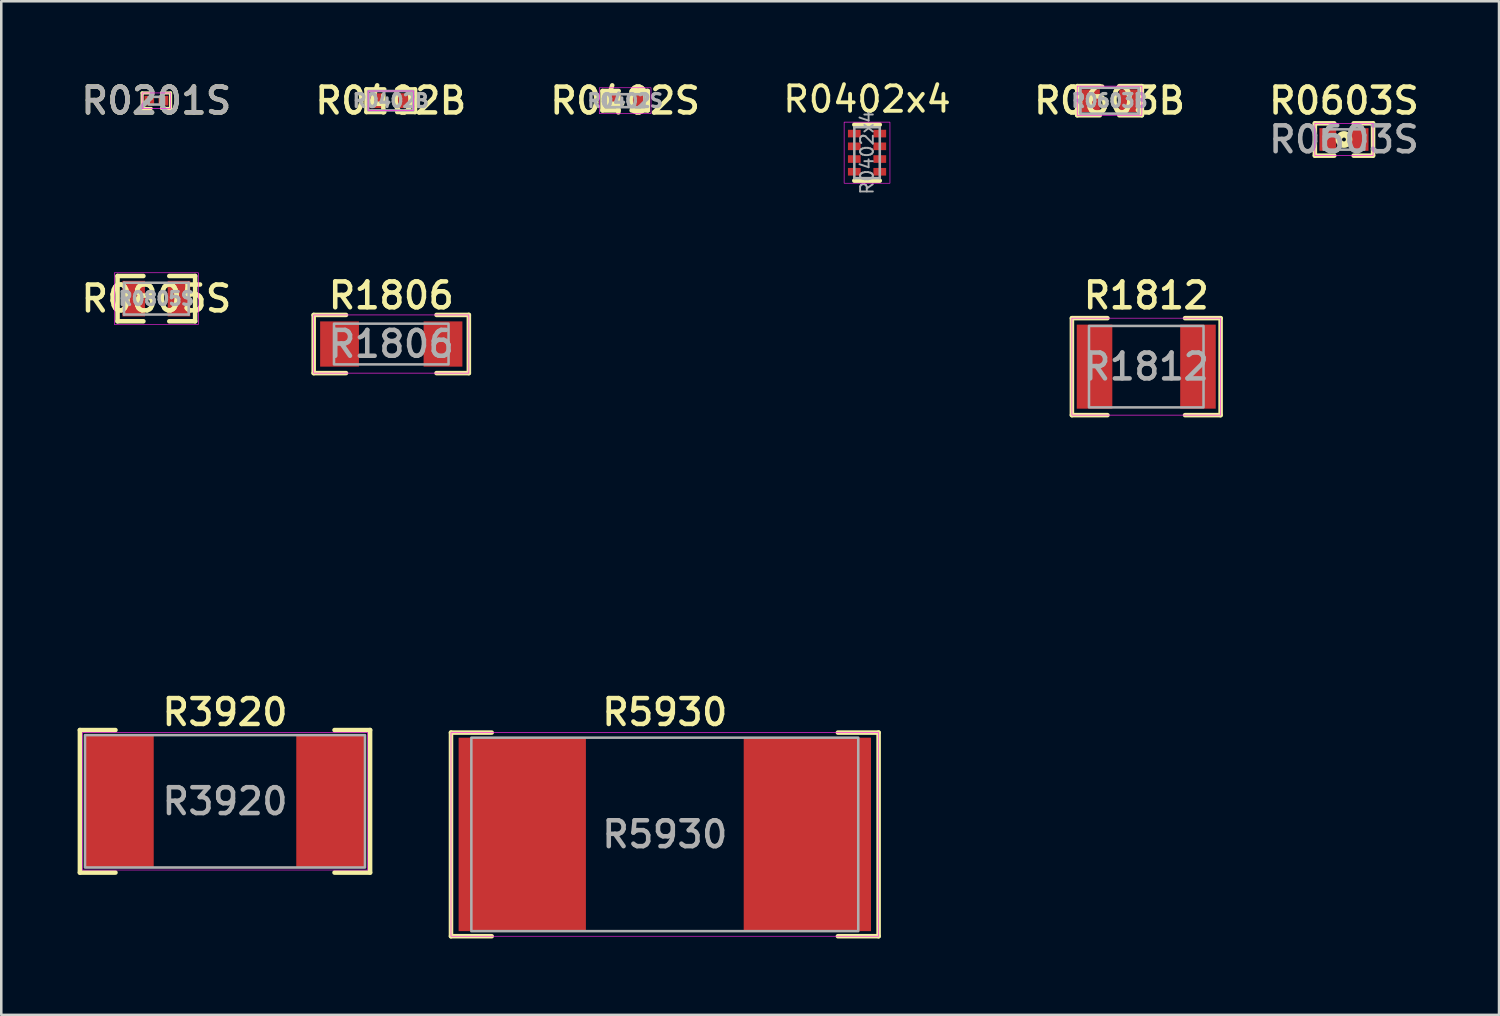
<source format=kicad_pcb>
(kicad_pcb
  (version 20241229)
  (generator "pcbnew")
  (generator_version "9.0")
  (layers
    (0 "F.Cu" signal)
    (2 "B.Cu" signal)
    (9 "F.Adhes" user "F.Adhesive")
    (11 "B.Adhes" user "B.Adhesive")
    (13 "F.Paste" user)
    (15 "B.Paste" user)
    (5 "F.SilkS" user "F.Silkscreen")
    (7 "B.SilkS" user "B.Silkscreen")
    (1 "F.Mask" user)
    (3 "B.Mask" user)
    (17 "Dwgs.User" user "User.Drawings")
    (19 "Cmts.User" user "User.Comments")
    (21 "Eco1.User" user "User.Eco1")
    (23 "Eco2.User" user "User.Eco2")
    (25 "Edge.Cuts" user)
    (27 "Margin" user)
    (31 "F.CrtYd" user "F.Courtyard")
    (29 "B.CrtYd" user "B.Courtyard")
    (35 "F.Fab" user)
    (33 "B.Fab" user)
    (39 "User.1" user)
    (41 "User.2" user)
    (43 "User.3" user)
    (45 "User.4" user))
  (footprint "R3920"
    (layer "F.Cu")
    (at 5.789 28.43)
    (property "Reference" "R3920" (at 0 -3.5 0) (unlocked yes) (layer "F.SilkS") (effects (font (size 1.016 1.016) (thickness 0.178))))
    (attr smd)
    (fp_line (start -5.7 -2.8) (end -4.303 -2.8) (stroke (width 0.178) (type solid)) (layer "F.SilkS"))
    (fp_line (start -5.7 2.8) (end -5.7 -2.8) (stroke (width 0.178) (type solid)) (layer "F.SilkS"))
    (fp_line (start -5.7 2.8) (end -4.303 2.8) (stroke (width 0.178) (type solid)) (layer "F.SilkS"))
    (fp_line (start 4.303 2.8) (end 5.7 2.8) (stroke (width 0.178) (type solid)) (layer "F.SilkS"))
    (fp_line (start 4.303 -2.8) (end 5.7 -2.8) (stroke (width 0.178) (type solid)) (layer "F.SilkS"))
    (fp_line (start 5.7 2.8) (end 5.7 -2.8) (stroke (width 0.178) (type solid)) (layer "F.SilkS"))
    (fp_rect (start -5.6 -2.7) (end 5.6 2.7) (stroke (width 0.025) (type solid)) (fill no) (layer "F.CrtYd"))
    (fp_rect (start -5.5 -2.6) (end 5.5 2.6) (stroke (width 0.1) (type solid)) (fill no) (layer "F.Fab"))
    (fp_text user "${REFERENCE}" (at 0 0 0) (unlocked yes) (layer "F.Fab") (effects (font (size 1.016 1.016) (thickness 0.178))))
    (pad "1" smd rect (at -4.15 0) (size 2.7 5.2) (layers "F.Cu" "F.Mask" "F.Paste"))
    (pad "2" smd rect (at 4.15 0) (size 2.7 5.2) (layers "F.Cu" "F.Mask" "F.Paste")))
  (footprint "R5930"
    (layer "F.Cu")
    (at 23.067 29.73)
    (property "Reference" "R5930" (at 0 -4.8 0) (unlocked yes) (layer "F.SilkS") (effects (font (size 1.016 1.016) (thickness 0.178))))
    (attr smd)
    (fp_line (start -8.4 -4) (end -6.8 -4) (stroke (width 0.178) (type solid)) (layer "F.SilkS"))
    (fp_line (start -8.4 4) (end -8.4 -4) (stroke (width 0.178) (type solid)) (layer "F.SilkS"))
    (fp_line (start -8.4 4) (end -6.8 4) (stroke (width 0.178) (type solid)) (layer "F.SilkS"))
    (fp_line (start 6.8 -4) (end 8.4 -4) (stroke (width 0.178) (type solid)) (layer "F.SilkS"))
    (fp_line (start 6.8 4) (end 8.4 4) (stroke (width 0.178) (type solid)) (layer "F.SilkS"))
    (fp_line (start 8.4 4) (end 8.4 -4) (stroke (width 0.178) (type solid)) (layer "F.SilkS"))
    (fp_rect (start -8.4 -4) (end 8.4 4) (stroke (width 0.025) (type solid)) (fill no) (layer "F.CrtYd"))
    (fp_rect (start -7.6 3.8) (end 7.6 -3.8) (stroke (width 0.1) (type default)) (fill no) (layer "F.Fab"))
    (fp_text user "${REFERENCE}" (at 0 0 0) (unlocked yes) (layer "F.Fab") (effects (font (size 1.016 1.016) (thickness 0.178))))
    (pad "1" smd rect (at -5.6 0) (size 5 7.6) (layers "F.Cu" "F.Mask" "F.Paste"))
    (pad "2" smd rect (at 5.6 0) (size 5 7.6) (layers "F.Cu" "F.Mask" "F.Paste")))
  (footprint "R0402x4"
    (layer "F.Cu")
    (at 31.012 2.948)
    (property "Reference" "R0402x4" (at 0 -2.1 0) (layer "F.SilkS") (effects (font (size 1 1) (thickness 0.15))))
    (attr smd)
    (fp_line (start 0.5 -1.1) (end -0.5 -1.1) (stroke (width 0.178) (type solid)) (layer "F.SilkS"))
    (fp_line (start 0.5 1.1) (end -0.5 1.1) (stroke (width 0.178) (type solid)) (layer "F.SilkS"))
    (fp_rect (start -0.9 -1.2) (end 0.9 1.2) (stroke (width 0.025) (type default)) (fill no) (layer "F.CrtYd"))
    (fp_line (start -0.5 -1) (end 0.5 -1) (stroke (width 0.1) (type solid)) (layer "F.Fab"))
    (fp_line (start -0.5 1) (end -0.5 -1) (stroke (width 0.1) (type solid)) (layer "F.Fab"))
    (fp_line (start 0.5 -1) (end 0.5 1) (stroke (width 0.1) (type solid)) (layer "F.Fab"))
    (fp_line (start 0.5 1) (end -0.5 1) (stroke (width 0.1) (type solid)) (layer "F.Fab"))
    (fp_text user "${REFERENCE}" (at 0 0 90) (layer "F.Fab") (effects (font (size 0.5 0.5) (thickness 0.075))))
    (pad "1" smd rect (at -0.5 -0.75) (size 0.5 0.3) (layers "F.Cu" "F.Mask" "F.Paste"))
    (pad "2" smd rect (at -0.5 -0.25) (size 0.5 0.3) (layers "F.Cu" "F.Mask" "F.Paste"))
    (pad "3" smd rect (at -0.5 0.25) (size 0.5 0.3) (layers "F.Cu" "F.Mask" "F.Paste"))
    (pad "4" smd rect (at -0.5 0.75) (size 0.5 0.3) (layers "F.Cu" "F.Mask" "F.Paste"))
    (pad "5" smd rect (at 0.5 0.75) (size 0.5 0.3) (layers "F.Cu" "F.Mask" "F.Paste"))
    (pad "6" smd rect (at 0.5 0.25) (size 0.5 0.3) (layers "F.Cu" "F.Mask" "F.Paste"))
    (pad "7" smd rect (at 0.5 -0.25) (size 0.5 0.3) (layers "F.Cu" "F.Mask" "F.Paste"))
    (pad "8" smd rect (at 0.5 -0.75) (size 0.5 0.3) (layers "F.Cu" "F.Mask" "F.Paste")))
  (footprint "R0402S"
    (layer "F.Cu")
    (at 21.509 0.906)
    (property "Reference" "R0402S" (at 0 0 0) (layer "F.SilkS") (effects (font (size 1.016 1.016) (thickness 0.178))))
    (attr smd)
    (fp_line (start -0.889 0.381) (end -0.889 -0.381) (stroke (width 0.178) (type solid)) (layer "F.SilkS"))
    (fp_line (start -0.889 0.381) (end -0.254 0.381) (stroke (width 0.178) (type solid)) (layer "F.SilkS"))
    (fp_line (start -0.254 -0.381) (end -0.889 -0.381) (stroke (width 0.178) (type solid)) (layer "F.SilkS"))
    (fp_line (start 0.254 -0.381) (end 0.889 -0.381) (stroke (width 0.178) (type solid)) (layer "F.SilkS"))
    (fp_line (start 0.254 0.381) (end 0.889 0.381) (stroke (width 0.178) (type solid)) (layer "F.SilkS"))
    (fp_line (start 0.889 -0.381) (end 0.889 0.381) (stroke (width 0.178) (type solid)) (layer "F.SilkS"))
    (fp_rect (start -1.016 -0.508) (end 1.016 0.508) (stroke (width 0.025) (type solid)) (fill no) (layer "F.CrtYd"))
    (fp_rect (start -0.762 -0.254) (end 0.762 0.254) (stroke (width 0.1) (type solid)) (fill no) (layer "F.Fab"))
    (fp_text user "${REFERENCE}" (at 0 0 0) (layer "F.Fab") (effects (font (size 0.508 0.508) (thickness 0.127))))
    (pad "1" smd rect (at -0.457 0) (size 0.559 0.508) (layers "F.Cu" "F.Mask" "F.Paste"))
    (pad "2" smd rect (at 0.457 0) (size 0.559 0.508) (layers "F.Cu" "F.Mask" "F.Paste")))
  (footprint "R0603B"
    (layer "F.Cu")
    (at 40.539 0.906)
    (property "Reference" "R0603B" (at 0 0 0) (layer "F.SilkS") (effects (font (size 1.016 1.016) (thickness 0.178))))
    (attr smd)
    (fp_line (start -1.27 -0.572) (end -1.27 0.572) (stroke (width 0.178) (type solid)) (layer "F.SilkS"))
    (fp_line (start -1.27 0.572) (end -0.381 0.572) (stroke (width 0.178) (type solid)) (layer "F.SilkS"))
    (fp_line (start -0.381 -0.572) (end -1.27 -0.572) (stroke (width 0.178) (type solid)) (layer "F.SilkS"))
    (fp_line (start 0.381 0.572) (end 1.27 0.572) (stroke (width 0.178) (type solid)) (layer "F.SilkS"))
    (fp_line (start 1.27 -0.572) (end 0.381 -0.572) (stroke (width 0.178) (type solid)) (layer "F.SilkS"))
    (fp_line (start 1.27 0.572) (end 1.27 -0.572) (stroke (width 0.178) (type solid)) (layer "F.SilkS"))
    (fp_rect (start -1.27 -0.572) (end 1.27 0.572) (stroke (width 0.025) (type solid)) (fill no) (layer "F.CrtYd"))
    (fp_line (start -1.143 -0.508) (end 1.143 -0.508) (stroke (width 0.102) (type solid)) (layer "F.Fab"))
    (fp_line (start -1.143 0.508) (end -1.143 -0.508) (stroke (width 0.102) (type solid)) (layer "F.Fab"))
    (fp_line (start 1.143 0.508) (end -1.143 0.508) (stroke (width 0.102) (type solid)) (layer "F.Fab"))
    (fp_line (start 1.143 0.508) (end 1.143 -0.508) (stroke (width 0.102) (type solid)) (layer "F.Fab"))
    (fp_text user "${REFERENCE}" (at 0 0 0) (layer "F.Fab") (effects (font (size 0.508 0.508) (thickness 0.127))))
    (pad "1" smd rect (at -0.762 0) (size 0.762 0.889) (layers "F.Cu" "F.Mask" "F.Paste"))
    (pad "2" smd rect (at 0.762 0) (size 0.762 0.889) (layers "F.Cu" "F.Mask" "F.Paste")))
  (footprint "R1806"
    (layer "F.Cu")
    (at 12.321 10.465)
    (property "Reference" "R1806" (at 0 -1.905 0) (unlocked yes) (layer "F.SilkS") (effects (font (size 1.016 1.016) (thickness 0.178))))
    (attr smd)
    (fp_line (start -3.048 -1.143) (end -1.778 -1.143) (stroke (width 0.178) (type solid)) (layer "F.SilkS"))
    (fp_line (start -3.048 1.143) (end -3.048 -1.143) (stroke (width 0.178) (type solid)) (layer "F.SilkS"))
    (fp_line (start -3.048 1.143) (end -1.778 1.143) (stroke (width 0.178) (type solid)) (layer "F.SilkS"))
    (fp_line (start 1.778 -1.143) (end 3.048 -1.143) (stroke (width 0.178) (type solid)) (layer "F.SilkS"))
    (fp_line (start 1.778 1.143) (end 3.048 1.143) (stroke (width 0.178) (type solid)) (layer "F.SilkS"))
    (fp_line (start 3.048 1.143) (end 3.048 -1.143) (stroke (width 0.178) (type solid)) (layer "F.SilkS"))
    (fp_rect (start -3.048 -1.143) (end 3.048 1.143) (stroke (width 0.025) (type solid)) (fill no) (layer "F.CrtYd"))
    (fp_rect (start -2.25 -0.8) (end 2.25 0.8) (stroke (width 0.1) (type solid)) (fill no) (layer "F.Fab"))
    (fp_text user "${REFERENCE}" (at 0 0 0) (unlocked yes) (layer "F.Fab") (effects (font (size 1.016 1.016) (thickness 0.178))))
    (fp_text user "Auth: Thanh Duong" (at 0 9.652 0) (unlocked yes) (layer "User.1") (effects (font (size 1.016 1.016) (thickness 0.178) (italic yes)) (justify left)))
    (fp_text user "Footprint: 1806 (4516 Metric)" (at 0 5.588 0) (unlocked yes) (layer "User.1") (effects (font (size 1.016 1.016) (thickness 0.178) (italic yes)) (justify left)))
    (fp_text user "Dimension: 4.5x1.6mm" (at 0 7.62 0) (unlocked yes) (layer "User.1") (effects (font (size 1.016 1.016) (thickness 0.178) (italic yes)) (justify left)))
    (pad "1" smd rect (at -2.032 0) (size 1.524 1.778) (layers "F.Cu" "F.Mask" "F.Paste"))
    (pad "2" smd rect (at 2.032 0) (size 1.524 1.778) (layers "F.Cu" "F.Mask" "F.Paste")))
  (footprint "R0603S"
    (layer "F.Cu")
    (at 49.748 2.43)
    (property "Reference" "R0603S" (at 0 -1.524 0) (layer "F.SilkS") (effects (font (size 1.016 1.016) (thickness 0.178))))
    (attr smd)
    (fp_line (start -1.143 -0.635) (end -1.143 0.635) (stroke (width 0.178) (type solid)) (layer "F.SilkS"))
    (fp_line (start -1.143 0.635) (end -0.381 0.635) (stroke (width 0.178) (type solid)) (layer "F.SilkS"))
    (fp_line (start -0.381 -0.635) (end -1.143 -0.635) (stroke (width 0.178) (type solid)) (layer "F.SilkS"))
    (fp_line (start 0.381 0.635) (end 1.143 0.635) (stroke (width 0.178) (type solid)) (layer "F.SilkS"))
    (fp_line (start 1.143 -0.635) (end 0.381 -0.635) (stroke (width 0.178) (type solid)) (layer "F.SilkS"))
    (fp_line (start 1.143 0.635) (end 1.143 -0.635) (stroke (width 0.178) (type solid)) (layer "F.SilkS"))
    (fp_circle (center 0 0) (end 0.076 0) (stroke (width 0.254) (type solid)) (fill no) (layer "F.SilkS"))
    (fp_rect (start -1.143 -0.635) (end 1.143 0.635) (stroke (width 0.025) (type solid)) (fill no) (layer "F.CrtYd"))
    (fp_rect (start -0.8 -0.4) (end 0.8 0.4) (stroke (width 0.1) (type solid)) (fill no) (layer "F.Fab"))
    (fp_text user "${REFERENCE}" (at 0 0 0) (layer "F.Fab") (effects (font (size 1.016 1.016) (thickness 0.178))))
    (pad "1" smd rect (at -0.635 0) (size 0.66 0.889) (layers "F.Cu" "F.Mask" "F.Paste"))
    (pad "2" smd rect (at 0.635 0) (size 0.66 0.889) (layers "F.Cu" "F.Mask" "F.Paste")))
  (footprint "R1812"
    (layer "F.Cu")
    (at 41.981 11.354)
    (property "Reference" "R1812" (at 0 -2.794 0) (unlocked yes) (layer "F.SilkS") (effects (font (size 1.016 1.016) (thickness 0.178))))
    (attr smd)
    (fp_line (start -2.921 -1.905) (end -1.524 -1.905) (stroke (width 0.178) (type solid)) (layer "F.SilkS"))
    (fp_line (start -2.921 1.905) (end -2.921 -1.905) (stroke (width 0.178) (type solid)) (layer "F.SilkS"))
    (fp_line (start -2.921 1.905) (end -1.524 1.905) (stroke (width 0.178) (type solid)) (layer "F.SilkS"))
    (fp_line (start 1.524 -1.905) (end 2.921 -1.905) (stroke (width 0.178) (type solid)) (layer "F.SilkS"))
    (fp_line (start 1.524 1.905) (end 2.921 1.905) (stroke (width 0.178) (type solid)) (layer "F.SilkS"))
    (fp_line (start 2.921 1.905) (end 2.921 -1.905) (stroke (width 0.178) (type solid)) (layer "F.SilkS"))
    (fp_rect (start -2.921 -1.905) (end 2.921 1.905) (stroke (width 0.025) (type solid)) (fill no) (layer "F.CrtYd"))
    (fp_rect (start -2.25 -1.6) (end 2.25 1.6) (stroke (width 0.1) (type solid)) (fill no) (layer "F.Fab"))
    (fp_text user "${REFERENCE}" (at 0 0 0) (unlocked yes) (layer "F.Fab") (effects (font (size 1.016 1.016) (thickness 0.178))))
    (pad "1" smd rect (at -2.032 0) (size 1.397 3.302) (layers "F.Cu" "F.Mask" "F.Paste"))
    (pad "2" smd rect (at 2.032 0) (size 1.397 3.302) (layers "F.Cu" "F.Mask" "F.Paste")))
  (footprint "R0201S"
    (layer "F.Cu")
    (at 3.092 0.906)
    (property "Reference" "R0201S" (at 0 0 0) (layer "F.SilkS") (effects (font (size 1.016 1.016) (thickness 0.178))))
    (attr smd)
    (fp_line (start -0.559 -0.305) (end -0.559 0.305) (stroke (width 0.127) (type solid)) (layer "F.SilkS"))
    (fp_line (start -0.559 0.305) (end -0.203 0.305) (stroke (width 0.127) (type solid)) (layer "F.SilkS"))
    (fp_line (start -0.203 -0.305) (end -0.559 -0.305) (stroke (width 0.127) (type solid)) (layer "F.SilkS"))
    (fp_line (start 0.559 -0.305) (end 0.203 -0.305) (stroke (width 0.127) (type solid)) (layer "F.SilkS"))
    (fp_line (start 0.559 -0.305) (end 0.559 0.305) (stroke (width 0.127) (type solid)) (layer "F.SilkS"))
    (fp_line (start 0.559 0.305) (end 0.203 0.305) (stroke (width 0.127) (type solid)) (layer "F.SilkS"))
    (fp_rect (start -0.559 -0.305) (end 0.559 0.305) (stroke (width 0.025) (type solid)) (fill no) (layer "F.CrtYd"))
    (fp_rect (start -0.3 -0.15) (end 0.3 0.15) (stroke (width 0.1) (type solid)) (fill no) (layer "F.Fab"))
    (fp_text user "${REFERENCE}" (at 0 0 0) (layer "F.Fab") (effects (font (size 1.016 1.016) (thickness 0.178))))
    (pad "1" smd rect (at -0.279 0) (size 0.381 0.381) (layers "F.Cu" "F.Mask" "F.Paste"))
    (pad "2" smd rect (at 0.279 0) (size 0.381 0.381) (layers "F.Cu" "F.Mask" "F.Paste")))
  (footprint "R0805S"
    (layer "F.Cu")
    (at 3.092 8.682)
    (property "Reference" "R0805S" (at 0 0 0) (layer "F.SilkS") (effects (font (size 1.016 1.016) (thickness 0.178))))
    (attr smd)
    (fp_line (start -1.524 -0.889) (end -1.524 0.889) (stroke (width 0.178) (type solid)) (layer "F.SilkS"))
    (fp_line (start -1.524 -0.889) (end -0.508 -0.889) (stroke (width 0.178) (type solid)) (layer "F.SilkS"))
    (fp_line (start -1.524 0.889) (end -0.508 0.889) (stroke (width 0.178) (type solid)) (layer "F.SilkS"))
    (fp_line (start 0.508 -0.889) (end 1.524 -0.889) (stroke (width 0.178) (type solid)) (layer "F.SilkS"))
    (fp_line (start 0.508 0.889) (end 1.524 0.889) (stroke (width 0.178) (type solid)) (layer "F.SilkS"))
    (fp_line (start 1.524 -0.889) (end 1.524 0.889) (stroke (width 0.178) (type solid)) (layer "F.SilkS"))
    (fp_rect (start -1.651 -1.016) (end 1.651 1.016) (stroke (width 0.025) (type solid)) (fill no) (layer "F.CrtYd"))
    (fp_line (start -1.27 -0.625) (end 1.27 -0.625) (stroke (width 0.1) (type solid)) (layer "F.Fab"))
    (fp_line (start -1.27 0.625) (end -1.27 -0.625) (stroke (width 0.1) (type solid)) (layer "F.Fab"))
    (fp_line (start 1.27 -0.625) (end 1.27 0.625) (stroke (width 0.1) (type solid)) (layer "F.Fab"))
    (fp_line (start 1.27 0.625) (end -1.27 0.625) (stroke (width 0.1) (type solid)) (layer "F.Fab"))
    (fp_text user "${REFERENCE}" (at 0 0 0) (layer "F.Fab") (effects (font (size 0.508 0.508) (thickness 0.127))))
    (pad "1" smd rect (at -0.889 0) (size 0.889 1.397) (layers "F.Cu" "F.Mask" "F.Paste"))
    (pad "2" smd rect (at 0.889 0) (size 0.889 1.397) (layers "F.Cu" "F.Mask" "F.Paste")))
  (footprint "R0402B"
    (layer "F.Cu")
    (at 12.301 0.906)
    (property "Reference" "R0402B" (at 0 0 0) (layer "F.SilkS") (effects (font (size 1.016 1.016) (thickness 0.178))))
    (attr smd)
    (fp_line (start -0.953 0.445) (end -0.953 -0.445) (stroke (width 0.178) (type solid)) (layer "F.SilkS"))
    (fp_line (start -0.953 0.445) (end -0.254 0.445) (stroke (width 0.178) (type solid)) (layer "F.SilkS"))
    (fp_line (start -0.254 -0.444) (end -0.953 -0.445) (stroke (width 0.178) (type solid)) (layer "F.SilkS"))
    (fp_line (start 0.254 -0.445) (end 0.953 -0.445) (stroke (width 0.178) (type solid)) (layer "F.SilkS"))
    (fp_line (start 0.254 0.445) (end 0.953 0.445) (stroke (width 0.178) (type solid)) (layer "F.SilkS"))
    (fp_line (start 0.953 -0.445) (end 0.953 0.445) (stroke (width 0.178) (type solid)) (layer "F.SilkS"))
    (fp_rect (start -0.889 -0.381) (end 0.889 0.381) (stroke (width 0.025) (type solid)) (fill no) (layer "F.CrtYd"))
    (fp_rect (start -0.889 -0.381) (end 0.889 0.381) (stroke (width 0.1) (type solid)) (fill no) (layer "F.Fab"))
    (fp_text user "${REFERENCE}" (at 0 0 0) (layer "F.Fab") (effects (font (size 0.508 0.508) (thickness 0.127))))
    (pad "1" smd rect (at -0.533 0) (size 0.584 0.584) (layers "F.Cu" "F.Mask" "F.Paste"))
    (pad "2" smd rect (at 0.533 0) (size 0.584 0.584) (layers "F.Cu" "F.Mask" "F.Paste")))
  (gr_rect
    (start -3 -3)
    (end 55.84 36.819)
    (stroke (width 0.1) (type default))
    (fill no)
    (layer "Edge.Cuts")))
</source>
